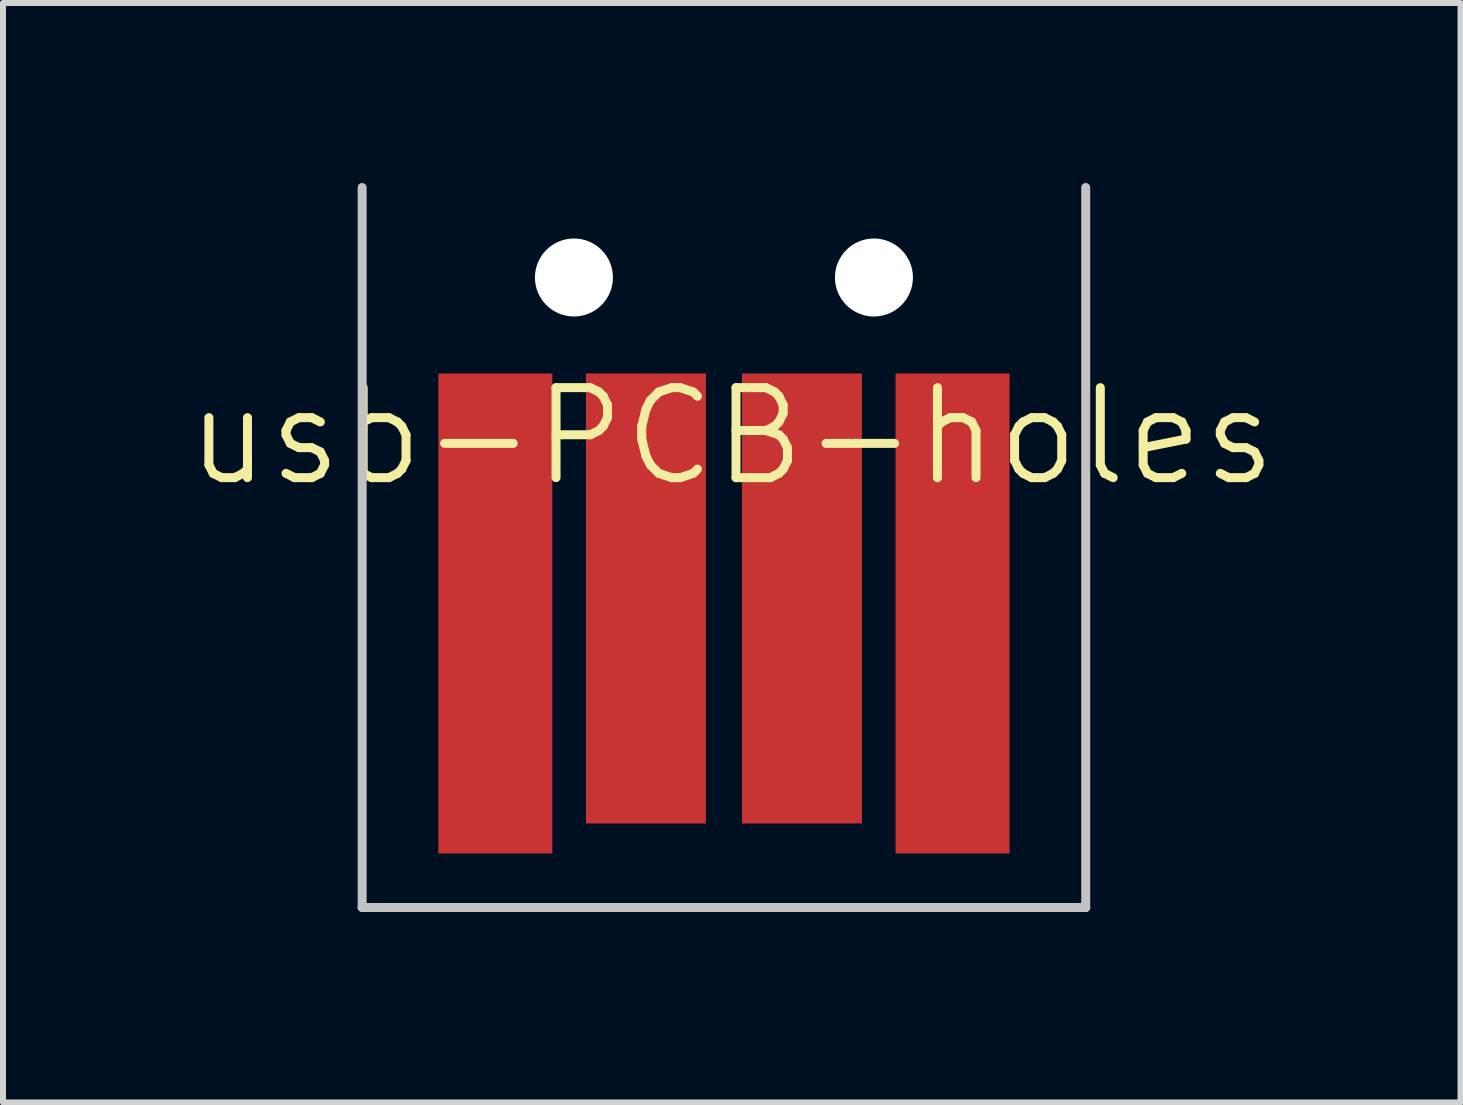
<source format=kicad_pcb>
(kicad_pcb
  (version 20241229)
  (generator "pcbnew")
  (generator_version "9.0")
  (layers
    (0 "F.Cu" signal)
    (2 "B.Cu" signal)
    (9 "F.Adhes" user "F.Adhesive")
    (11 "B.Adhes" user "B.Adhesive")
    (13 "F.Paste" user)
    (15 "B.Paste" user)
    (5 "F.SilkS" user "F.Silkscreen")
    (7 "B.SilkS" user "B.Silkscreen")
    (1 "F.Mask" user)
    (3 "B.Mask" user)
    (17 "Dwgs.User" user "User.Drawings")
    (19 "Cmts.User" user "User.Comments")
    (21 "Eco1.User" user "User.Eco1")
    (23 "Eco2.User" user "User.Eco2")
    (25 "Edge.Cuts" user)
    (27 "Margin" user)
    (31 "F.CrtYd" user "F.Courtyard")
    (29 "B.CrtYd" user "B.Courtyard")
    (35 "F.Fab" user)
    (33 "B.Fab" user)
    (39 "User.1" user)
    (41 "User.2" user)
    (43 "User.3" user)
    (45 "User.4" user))
  (footprint "usb-PCB-holes"
    (layer "F.Cu")
    (at 9.016 12.075)
    (property "Reference" "usb-PCB-holes" (at 0.13 -7.85 180) (layer "F.SilkS") (effects (font (size 1.5 1.5) (thickness 0.15))))
    (attr exclude_from_pos_files)
    (fp_line (start -6.03 0) (end -6.03 -12) (stroke (width 0.15) (type solid)) (layer "Dwgs.User"))
    (fp_line (start 6.03 0) (end -6.03 0) (stroke (width 0.15) (type solid)) (layer "Dwgs.User"))
    (fp_line (start 6.03 0) (end 6.03 -12) (stroke (width 0.15) (type solid)) (layer "Dwgs.User"))
    (pad "" np_thru_hole circle (at -2.5 -10.5) (size 1.3 1.3) (drill 1.3) (layers "*.Cu" "*.Mask"))
    (pad "" np_thru_hole circle (at 2.5 -10.5) (size 1.3 1.3) (drill 1.3) (layers "*.Cu" "*.Mask"))
    (pad "1" connect rect (at -3.81 -4.9) (size 1.9 8) (layers "F.Cu" "F.Mask"))
    (pad "2" connect rect (at -1.3 -5.15) (size 2 7.5) (layers "F.Cu" "F.Mask"))
    (pad "3" connect rect (at 1.3 -5.15) (size 2 7.5) (layers "F.Cu" "F.Mask"))
    (pad "4" connect rect (at 3.81 -4.9) (size 1.9 8) (layers "F.Cu" "F.Mask")))
  (gr_rect
    (start -3 -3)
    (end 21.293 15.325)
    (stroke (width 0.1) (type default))
    (fill no)
    (layer "Edge.Cuts")))
</source>
